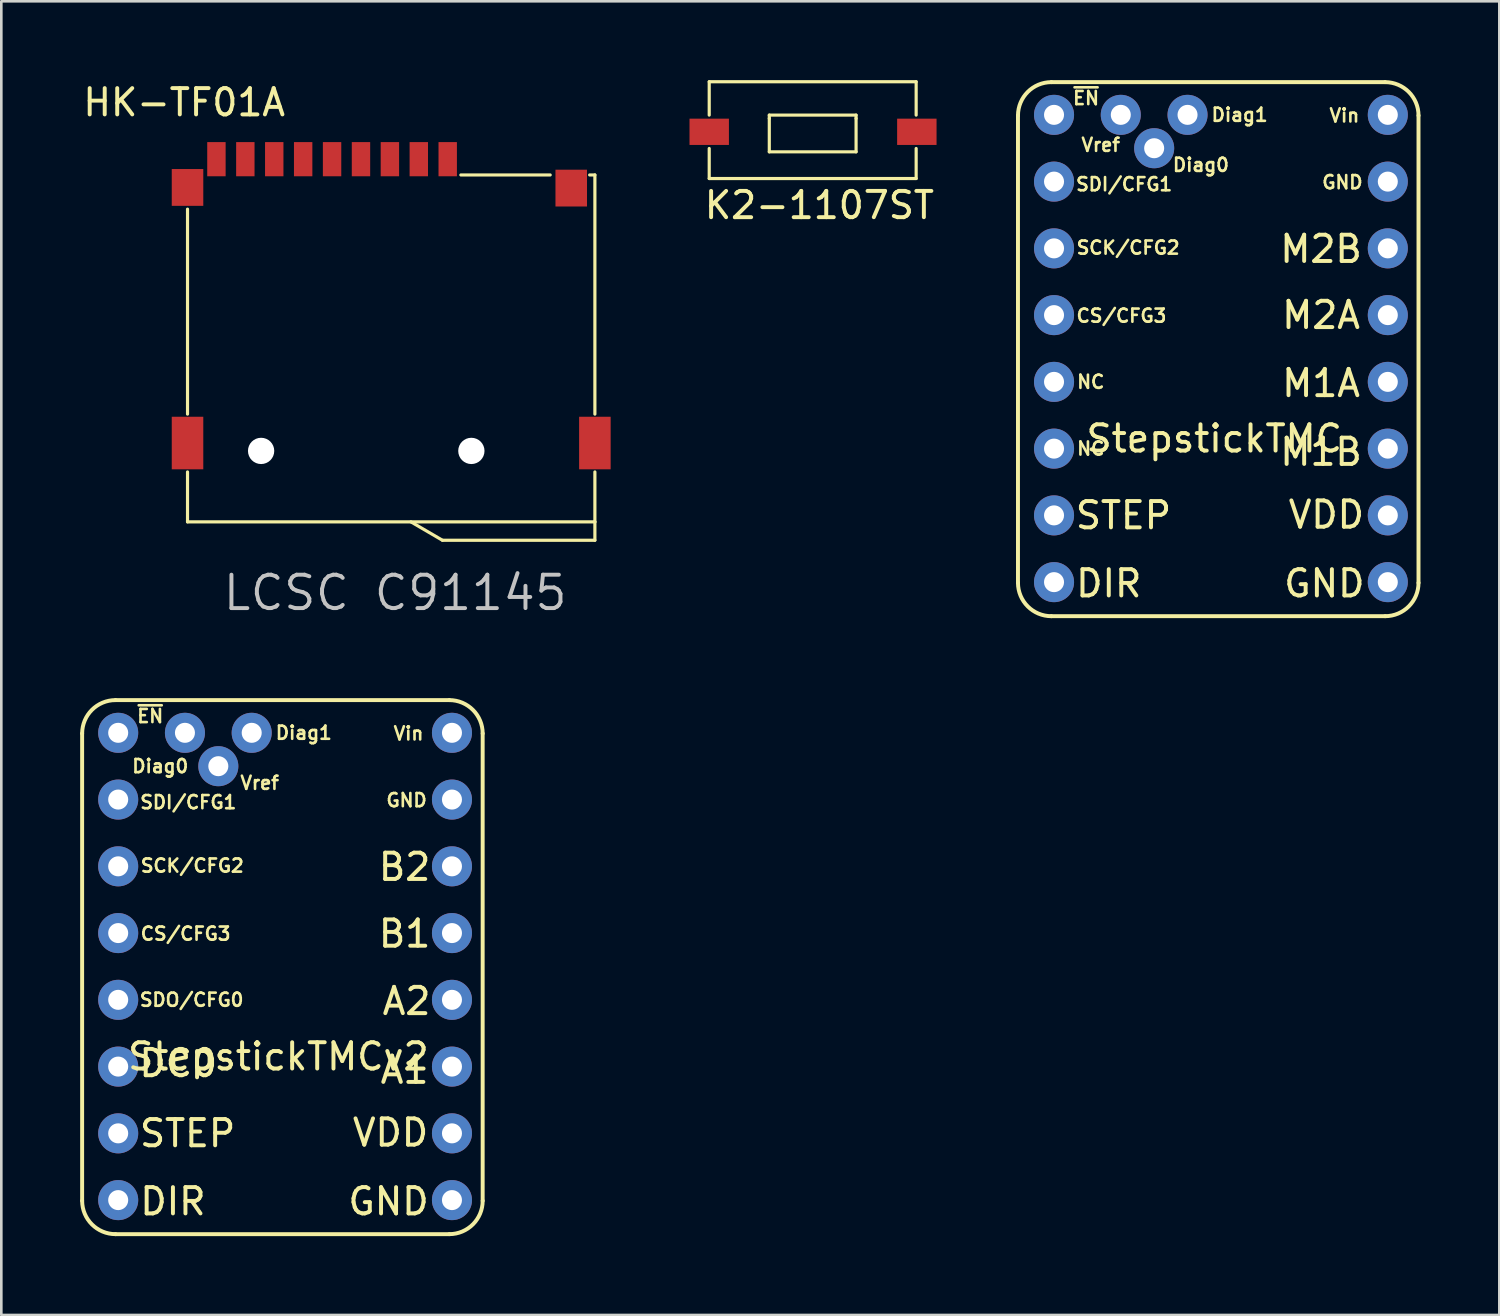
<source format=kicad_pcb>
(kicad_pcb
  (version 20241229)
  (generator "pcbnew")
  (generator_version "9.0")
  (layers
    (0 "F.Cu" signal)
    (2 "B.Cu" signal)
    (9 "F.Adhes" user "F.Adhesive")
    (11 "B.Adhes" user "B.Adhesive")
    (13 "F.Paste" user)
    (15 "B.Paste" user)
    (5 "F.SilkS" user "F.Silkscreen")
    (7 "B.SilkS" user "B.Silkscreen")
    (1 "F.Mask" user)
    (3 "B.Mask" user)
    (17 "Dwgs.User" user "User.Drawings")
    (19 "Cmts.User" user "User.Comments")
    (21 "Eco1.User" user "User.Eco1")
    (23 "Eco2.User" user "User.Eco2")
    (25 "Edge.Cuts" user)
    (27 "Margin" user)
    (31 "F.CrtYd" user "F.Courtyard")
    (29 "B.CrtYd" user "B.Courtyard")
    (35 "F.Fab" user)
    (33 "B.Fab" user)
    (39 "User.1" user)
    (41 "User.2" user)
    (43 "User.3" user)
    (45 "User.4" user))
  (footprint "K2-1107ST"
    (layer "F.Cu")
    (at 23.935 1.965)
    (property "Reference" "K2-1107ST" (at 4.191 2.794 0) (layer "F.SilkS") (effects (font (size 1 1) (thickness 0.15))))
    (attr through_hole)
    (fp_line (start 0 -1.905) (end 0 -0.635) (stroke (width 0.12) (type solid)) (layer "F.SilkS"))
    (fp_line (start 0 -1.905) (end 7.874 -1.905) (stroke (width 0.12) (type solid)) (layer "F.SilkS"))
    (fp_line (start 0 1.778) (end 0 0.635) (stroke (width 0.12) (type solid)) (layer "F.SilkS"))
    (fp_line (start 2.286 -0.635) (end 2.286 -0.508) (stroke (width 0.12) (type solid)) (layer "F.SilkS"))
    (fp_line (start 2.286 -0.508) (end 2.286 0.762) (stroke (width 0.12) (type solid)) (layer "F.SilkS"))
    (fp_line (start 2.286 0.762) (end 5.588 0.762) (stroke (width 0.12) (type solid)) (layer "F.SilkS"))
    (fp_line (start 5.588 -0.635) (end 2.286 -0.635) (stroke (width 0.12) (type solid)) (layer "F.SilkS"))
    (fp_line (start 5.588 -0.635) (end 5.588 -0.508) (stroke (width 0.12) (type solid)) (layer "F.SilkS"))
    (fp_line (start 5.588 0.762) (end 5.588 -0.508) (stroke (width 0.12) (type solid)) (layer "F.SilkS"))
    (fp_line (start 7.874 -1.905) (end 7.874 -0.635) (stroke (width 0.12) (type solid)) (layer "F.SilkS"))
    (fp_line (start 7.874 1.778) (end 0 1.778) (stroke (width 0.12) (type solid)) (layer "F.SilkS"))
    (fp_line (start 7.874 1.778) (end 7.874 0.635) (stroke (width 0.12) (type solid)) (layer "F.SilkS"))
    (pad "1" smd rect (at 0 0) (size 1.5 1) (layers "F.Cu" "F.Mask" "F.Paste"))
    (pad "2" smd rect (at 7.9 0) (size 1.5 1) (layers "F.Cu" "F.Mask" "F.Paste")))
  (footprint "HK-TF01A"
    (layer "F.Cu")
    (at 4.085 3.007)
    (property "Reference" "HK-TF01A" (at -0.127 -2.159 0) (layer "F.SilkS") (effects (font (size 1 1) (thickness 0.15))))
    (attr through_hole)
    (fp_line (start 0 1.9) (end 0 9.7) (stroke (width 0.12) (type solid)) (layer "F.SilkS"))
    (fp_line (start 0 11.9) (end 0 13.8) (stroke (width 0.12) (type solid)) (layer "F.SilkS"))
    (fp_line (start 9.7 14.5) (end 8.5 13.8) (stroke (width 0.12) (type solid)) (layer "F.SilkS"))
    (fp_line (start 10.4 0.6) (end 13.8 0.6) (stroke (width 0.12) (type solid)) (layer "F.SilkS"))
    (fp_line (start 15.5 0.6) (end 15.3 0.6) (stroke (width 0.12) (type solid)) (layer "F.SilkS"))
    (fp_line (start 15.5 9.7) (end 15.5 0.6) (stroke (width 0.12) (type solid)) (layer "F.SilkS"))
    (fp_line (start 15.5 11.9) (end 15.5 13.8) (stroke (width 0.12) (type solid)) (layer "F.SilkS"))
    (fp_line (start 15.5 13.8) (end 0 13.8) (stroke (width 0.12) (type solid)) (layer "F.SilkS"))
    (fp_line (start 15.5 14.5) (end 9.7 14.5) (stroke (width 0.12) (type solid)) (layer "F.SilkS"))
    (fp_line (start 15.5 14.5) (end 15.5 13.8) (stroke (width 0.12) (type solid)) (layer "F.SilkS"))
    (fp_text user "LCSC C91145" (at 7.9 16.5 0) (layer "Dwgs.User") (effects (font (size 1.27 1.27) (thickness 0.15))))
    (pad "" np_thru_hole circle (at 2.8 11.1) (size 1 1) (drill 1) (layers "*.Cu" "*.Mask"))
    (pad "" np_thru_hole circle (at 10.8 11.1) (size 1 1) (drill 1) (layers "*.Cu" "*.Mask"))
    (pad "1" smd rect (at 9.9 0) (size 0.7 1.3) (layers "F.Cu" "F.Mask" "F.Paste"))
    (pad "2" smd rect (at 8.8 0) (size 0.7 1.3) (layers "F.Cu" "F.Mask" "F.Paste"))
    (pad "3" smd rect (at 7.7 0) (size 0.7 1.3) (layers "F.Cu" "F.Mask" "F.Paste"))
    (pad "4" smd rect (at 6.6 0) (size 0.7 1.3) (layers "F.Cu" "F.Mask" "F.Paste"))
    (pad "5" smd rect (at 5.5 0) (size 0.7 1.3) (layers "F.Cu" "F.Mask" "F.Paste"))
    (pad "6" smd rect (at 4.4 0) (size 0.7 1.3) (layers "F.Cu" "F.Mask" "F.Paste"))
    (pad "7" smd rect (at 3.3 0) (size 0.7 1.3) (layers "F.Cu" "F.Mask" "F.Paste"))
    (pad "8" smd rect (at 2.2 0) (size 0.7 1.3) (layers "F.Cu" "F.Mask" "F.Paste"))
    (pad "9" smd rect (at 1.1 0) (size 0.7 1.3) (layers "F.Cu" "F.Mask" "F.Paste"))
    (pad "10" smd rect (at 0 1.075) (size 1.2 1.4) (layers "F.Cu" "F.Mask" "F.Paste"))
    (pad "11" smd rect (at 14.6 1.1) (size 1.2 1.4) (layers "F.Cu" "F.Mask" "F.Paste"))
    (pad "12" smd rect (at 0 10.8) (size 1.2 2) (layers "F.Cu" "F.Mask" "F.Paste"))
    (pad "13" smd rect (at 15.5 10.8) (size 1.2 2) (layers "F.Cu" "F.Mask" "F.Paste")))
  (footprint "StepstickTMC"
    (layer "F.Cu")
    (at 37.055 1.32)
    (property "Reference" "StepstickTMC" (at 6.096 12.319 180) (layer "F.SilkS") (effects (font (size 1 1) (thickness 0.15))))
    (attr through_hole)
    (fp_line (start -1.372 0.025) (end -1.372 17.805) (stroke (width 0.15) (type solid)) (layer "F.SilkS"))
    (fp_line (start 12.598 -1.245) (end -0.102 -1.245) (stroke (width 0.15) (type solid)) (layer "F.SilkS"))
    (fp_line (start 12.598 19.075) (end -0.102 19.075) (stroke (width 0.15) (type solid)) (layer "F.SilkS"))
    (fp_line (start 13.868 17.805) (end 13.868 0.025) (stroke (width 0.15) (type solid)) (layer "F.SilkS"))
    (fp_arc (start -1.3716 0.0254) (mid -0.999626 -0.872626) (end -0.1016 -1.2446) (stroke (width 0.15) (type solid)) (layer "F.SilkS"))
    (fp_arc (start -0.1016 19.0754) (mid -0.999626 18.703426) (end -1.3716 17.8054) (stroke (width 0.15) (type solid)) (layer "F.SilkS"))
    (fp_arc (start 12.5984 -1.2446) (mid 13.496426 -0.872626) (end 13.8684 0.0254) (stroke (width 0.15) (type solid)) (layer "F.SilkS"))
    (fp_arc (start 13.8684 17.8054) (mid 13.496426 18.703426) (end 12.5984 19.0754) (stroke (width 0.15) (type solid)) (layer "F.SilkS"))
    (fp_text user "~{EN}" (at 1.219 -0.635 180) (layer "F.SilkS") (effects (font (size 0.5 0.5) (thickness 0.1))))
    (fp_text user "Vin" (at 11.049 0.025 180) (layer "F.SilkS") (effects (font (size 0.5 0.5) (thickness 0.1))))
    (fp_text user "STEP" (at 2.642 15.24 180) (layer "F.SilkS") (effects (font (size 1 1) (thickness 0.15))))
    (fp_text user "Vref" (at 1.778 1.143 180) (layer "F.SilkS") (effects (font (size 0.5 0.5) (thickness 0.1))))
    (fp_text user "SDI/CFG1" (at 2.667 2.642 180) (layer "F.SilkS") (effects (font (size 0.5 0.5) (thickness 0.1))))
    (fp_text user "NC" (at 1.397 12.7 180) (layer "F.SilkS") (effects (font (size 0.5 0.5) (thickness 0.1))))
    (fp_text user "M2B" (at 10.16 5.105 180) (layer "F.SilkS") (effects (font (size 1 1) (thickness 0.15))))
    (fp_text user "Diag0" (at 5.588 1.905 180) (layer "F.SilkS") (effects (font (size 0.5 0.5) (thickness 0.1))))
    (fp_text user "GND" (at 10.973 2.565 180) (layer "F.SilkS") (effects (font (size 0.5 0.5) (thickness 0.1))))
    (fp_text user "GND" (at 10.287 17.831 180) (layer "F.SilkS") (effects (font (size 1 1) (thickness 0.15))))
    (fp_text user "M1A" (at 10.16 10.211 180) (layer "F.SilkS") (effects (font (size 1 1) (thickness 0.15))))
    (fp_text user "NC" (at 1.397 10.16 180) (layer "F.SilkS") (effects (font (size 0.5 0.5) (thickness 0.1))))
    (fp_text user "CS/CFG3" (at 2.565 7.645 180) (layer "F.SilkS") (effects (font (size 0.5 0.5) (thickness 0.1))))
    (fp_text user "M1B" (at 10.16 12.827 180) (layer "F.SilkS") (effects (font (size 1 1) (thickness 0.15))))
    (fp_text user "SCK/CFG2" (at 2.819 5.055 0) (layer "F.SilkS") (effects (font (size 0.5 0.5) (thickness 0.1))))
    (fp_text user "DIR" (at 2.083 17.831 180) (layer "F.SilkS") (effects (font (size 1 1) (thickness 0.15))))
    (fp_text user "Diag1" (at 7.061 0 180) (layer "F.SilkS") (effects (font (size 0.5 0.5) (thickness 0.1))))
    (fp_text user "M2A" (at 10.16 7.62 180) (layer "F.SilkS") (effects (font (size 1 1) (thickness 0.15))))
    (fp_text user "VDD" (at 10.363 15.215 180) (layer "F.SilkS") (effects (font (size 1 1) (thickness 0.15))))
    (pad "1" thru_hole circle (at 0 0 180) (size 1.524 1.524) (drill 0.762) (layers "*.Cu" "*.Mask"))
    (pad "2" thru_hole circle (at 0 2.54 180) (size 1.524 1.524) (drill 0.762) (layers "*.Cu" "*.Mask"))
    (pad "3" thru_hole circle (at 0 5.08 180) (size 1.524 1.524) (drill 0.762) (layers "*.Cu" "*.Mask"))
    (pad "4" thru_hole circle (at 0 7.62 180) (size 1.524 1.524) (drill 0.762) (layers "*.Cu" "*.Mask"))
    (pad "5" thru_hole circle (at 0 10.16 180) (size 1.524 1.524) (drill 0.762) (layers "*.Cu" "*.Mask"))
    (pad "6" thru_hole circle (at 0 12.7 180) (size 1.524 1.524) (drill 0.762) (layers "*.Cu" "*.Mask"))
    (pad "7" thru_hole circle (at 0 15.24 180) (size 1.524 1.524) (drill 0.762) (layers "*.Cu" "*.Mask"))
    (pad "8" thru_hole circle (at 0 17.78 180) (size 1.524 1.524) (drill 0.762) (layers "*.Cu" "*.Mask"))
    (pad "9" thru_hole circle (at 12.7 17.78 180) (size 1.524 1.524) (drill 0.762) (layers "*.Cu" "*.Mask"))
    (pad "10" thru_hole circle (at 12.7 15.24 180) (size 1.524 1.524) (drill 0.762) (layers "*.Cu" "*.Mask"))
    (pad "11" thru_hole circle (at 12.7 12.7 180) (size 1.524 1.524) (drill 0.762) (layers "*.Cu" "*.Mask"))
    (pad "12" thru_hole circle (at 12.7 10.16 180) (size 1.524 1.524) (drill 0.762) (layers "*.Cu" "*.Mask"))
    (pad "13" thru_hole circle (at 12.7 7.62 180) (size 1.524 1.524) (drill 0.762) (layers "*.Cu" "*.Mask"))
    (pad "14" thru_hole circle (at 12.7 5.08 180) (size 1.524 1.524) (drill 0.762) (layers "*.Cu" "*.Mask"))
    (pad "15" thru_hole circle (at 12.7 2.54 180) (size 1.524 1.524) (drill 0.762) (layers "*.Cu" "*.Mask"))
    (pad "16" thru_hole circle (at 12.7 0 180) (size 1.524 1.524) (drill 0.762) (layers "*.Cu" "*.Mask"))
    (pad "17" thru_hole circle (at 2.54 0 180) (size 1.524 1.524) (drill 0.762) (layers "*.Cu" "*.Mask"))
    (pad "18" thru_hole circle (at 5.08 0 180) (size 1.524 1.524) (drill 0.762) (layers "*.Cu" "*.Mask"))
    (pad "19" thru_hole circle (at 3.81 1.27 180) (size 1.524 1.524) (drill 0.762) (layers "*.Cu" "*.Mask")))
  (footprint "StepstickTMCv2"
    (layer "F.Cu")
    (at 1.447 24.833)
    (property "Reference" "StepstickTMCv2" (at 6.096 12.319 180) (layer "F.SilkS") (effects (font (size 1 1) (thickness 0.15))))
    (attr through_hole)
    (fp_line (start -1.372 0.025) (end -1.372 17.805) (stroke (width 0.15) (type solid)) (layer "F.SilkS"))
    (fp_line (start 12.598 -1.245) (end -0.102 -1.245) (stroke (width 0.15) (type solid)) (layer "F.SilkS"))
    (fp_line (start 12.598 19.075) (end -0.102 19.075) (stroke (width 0.15) (type solid)) (layer "F.SilkS"))
    (fp_line (start 13.868 17.805) (end 13.868 0.025) (stroke (width 0.15) (type solid)) (layer "F.SilkS"))
    (fp_arc (start -1.3716 0.0254) (mid -0.999626 -0.872626) (end -0.1016 -1.2446) (stroke (width 0.15) (type solid)) (layer "F.SilkS"))
    (fp_arc (start -0.1016 19.0754) (mid -0.999626 18.703426) (end -1.3716 17.8054) (stroke (width 0.15) (type solid)) (layer "F.SilkS"))
    (fp_arc (start 12.5984 -1.2446) (mid 13.496426 -0.872626) (end 13.8684 0.0254) (stroke (width 0.15) (type solid)) (layer "F.SilkS"))
    (fp_arc (start 13.8684 17.8054) (mid 13.496426 18.703426) (end 12.5984 19.0754) (stroke (width 0.15) (type solid)) (layer "F.SilkS"))
    (fp_text user "Vin" (at 11.049 0.025 180) (layer "F.SilkS") (effects (font (size 0.5 0.5) (thickness 0.1))))
    (fp_text user "DC0" (at 2.286 12.573 180) (layer "F.SilkS") (effects (font (size 1 1) (thickness 0.15))))
    (fp_text user "B2" (at 10.897 5.105 180) (layer "F.SilkS") (effects (font (size 1 1) (thickness 0.15))))
    (fp_text user "Vref" (at 5.385 1.905 180) (layer "F.SilkS") (effects (font (size 0.5 0.5) (thickness 0.1))))
    (fp_text user "Diag0" (at 1.6 1.27 180) (layer "F.SilkS") (effects (font (size 0.5 0.5) (thickness 0.1))))
    (fp_text user "DIR" (at 2.083 17.831 180) (layer "F.SilkS") (effects (font (size 1 1) (thickness 0.15))))
    (fp_text user "Diag1" (at 7.061 0 180) (layer "F.SilkS") (effects (font (size 0.5 0.5) (thickness 0.1))))
    (fp_text user "CS/CFG3" (at 2.565 7.645 180) (layer "F.SilkS") (effects (font (size 0.5 0.5) (thickness 0.1))))
    (fp_text user "SCK/CFG2" (at 2.819 5.055 0) (layer "F.SilkS") (effects (font (size 0.5 0.5) (thickness 0.1))))
    (fp_text user "GND" (at 10.287 17.831 180) (layer "F.SilkS") (effects (font (size 1 1) (thickness 0.15))))
    (fp_text user "B1" (at 10.897 7.645 180) (layer "F.SilkS") (effects (font (size 1 1) (thickness 0.15))))
    (fp_text user "VDD" (at 10.363 15.215 180) (layer "F.SilkS") (effects (font (size 1 1) (thickness 0.15))))
    (fp_text user "SDI/CFG1" (at 2.667 2.642 180) (layer "F.SilkS") (effects (font (size 0.5 0.5) (thickness 0.1))))
    (fp_text user "A2" (at 10.973 10.211 180) (layer "F.SilkS") (effects (font (size 1 1) (thickness 0.15))))
    (fp_text user "GND" (at 10.973 2.565 180) (layer "F.SilkS") (effects (font (size 0.5 0.5) (thickness 0.1))))
    (fp_text user "SDO/CFG0" (at 2.794 10.16 180) (layer "F.SilkS") (effects (font (size 0.5 0.5) (thickness 0.1))))
    (fp_text user "~{EN}" (at 1.219 -0.635 180) (layer "F.SilkS") (effects (font (size 0.5 0.5) (thickness 0.1))))
    (fp_text user "A1" (at 10.897 12.827 180) (layer "F.SilkS") (effects (font (size 1 1) (thickness 0.15))))
    (fp_text user "STEP" (at 2.642 15.24 180) (layer "F.SilkS") (effects (font (size 1 1) (thickness 0.15))))
    (pad "1" thru_hole circle (at 0 0 180) (size 1.524 1.524) (drill 0.762) (layers "*.Cu" "*.Mask"))
    (pad "2" thru_hole circle (at 0 2.54 180) (size 1.524 1.524) (drill 0.762) (layers "*.Cu" "*.Mask"))
    (pad "3" thru_hole circle (at 0 5.08 180) (size 1.524 1.524) (drill 0.762) (layers "*.Cu" "*.Mask"))
    (pad "4" thru_hole circle (at 0 7.62 180) (size 1.524 1.524) (drill 0.762) (layers "*.Cu" "*.Mask"))
    (pad "5" thru_hole circle (at 0 10.16 180) (size 1.524 1.524) (drill 0.762) (layers "*.Cu" "*.Mask"))
    (pad "6" thru_hole circle (at 0 12.7 180) (size 1.524 1.524) (drill 0.762) (layers "*.Cu" "*.Mask"))
    (pad "7" thru_hole circle (at 0 15.24 180) (size 1.524 1.524) (drill 0.762) (layers "*.Cu" "*.Mask"))
    (pad "8" thru_hole circle (at 0 17.78 180) (size 1.524 1.524) (drill 0.762) (layers "*.Cu" "*.Mask"))
    (pad "9" thru_hole circle (at 12.7 17.78 180) (size 1.524 1.524) (drill 0.762) (layers "*.Cu" "*.Mask"))
    (pad "10" thru_hole circle (at 12.7 15.24 180) (size 1.524 1.524) (drill 0.762) (layers "*.Cu" "*.Mask"))
    (pad "11" thru_hole circle (at 12.7 12.7 180) (size 1.524 1.524) (drill 0.762) (layers "*.Cu" "*.Mask"))
    (pad "12" thru_hole circle (at 12.7 10.16 180) (size 1.524 1.524) (drill 0.762) (layers "*.Cu" "*.Mask"))
    (pad "13" thru_hole circle (at 12.7 7.62 180) (size 1.524 1.524) (drill 0.762) (layers "*.Cu" "*.Mask"))
    (pad "14" thru_hole circle (at 12.7 5.08 180) (size 1.524 1.524) (drill 0.762) (layers "*.Cu" "*.Mask"))
    (pad "15" thru_hole circle (at 12.7 2.54 180) (size 1.524 1.524) (drill 0.762) (layers "*.Cu" "*.Mask"))
    (pad "16" thru_hole circle (at 12.7 0 180) (size 1.524 1.524) (drill 0.762) (layers "*.Cu" "*.Mask"))
    (pad "17" thru_hole circle (at 2.54 0 180) (size 1.524 1.524) (drill 0.762) (layers "*.Cu" "*.Mask"))
    (pad "18" thru_hole circle (at 5.08 0 180) (size 1.524 1.524) (drill 0.762) (layers "*.Cu" "*.Mask"))
    (pad "19" thru_hole circle (at 3.81 1.27 180) (size 1.524 1.524) (drill 0.762) (layers "*.Cu" "*.Mask")))
  (gr_rect
    (start -3 -3)
    (end 53.998 46.983)
    (stroke (width 0.1) (type default))
    (fill no)
    (layer "Edge.Cuts")))
</source>
